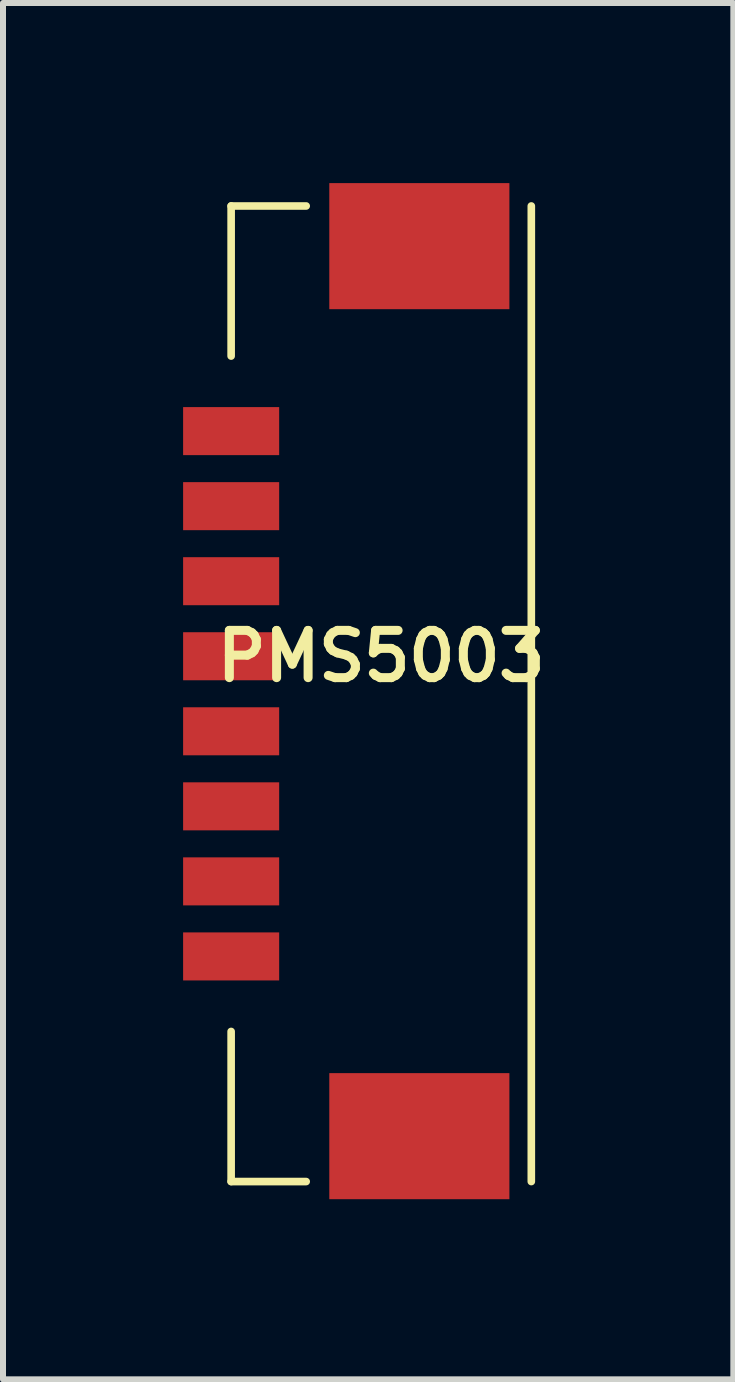
<source format=kicad_pcb>
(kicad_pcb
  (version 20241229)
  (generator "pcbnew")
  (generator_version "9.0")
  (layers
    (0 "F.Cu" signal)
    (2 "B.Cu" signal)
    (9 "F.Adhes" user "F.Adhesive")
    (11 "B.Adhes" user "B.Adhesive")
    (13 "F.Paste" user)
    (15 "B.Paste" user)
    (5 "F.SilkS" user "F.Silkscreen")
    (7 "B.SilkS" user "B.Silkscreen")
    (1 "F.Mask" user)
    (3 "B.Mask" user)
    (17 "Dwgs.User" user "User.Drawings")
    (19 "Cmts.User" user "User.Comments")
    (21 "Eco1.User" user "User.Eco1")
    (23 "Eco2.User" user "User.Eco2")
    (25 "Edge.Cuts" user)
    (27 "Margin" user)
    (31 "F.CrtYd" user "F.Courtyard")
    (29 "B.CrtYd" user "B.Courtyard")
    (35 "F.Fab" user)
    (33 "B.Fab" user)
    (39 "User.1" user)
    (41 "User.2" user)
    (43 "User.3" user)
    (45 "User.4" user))
  (footprint "PMS5003"
    (layer "F.Cu")
    (at 3.3 7.881)
    (property "Reference" "PMS5003" (at 0 0 0) (layer "F.SilkS") (effects (font (size 0.787 0.787) (thickness 0.15))))
    (attr smd)
    (fp_line (start -2.5 -7.5) (end -2.5 -5) (stroke (width 0.127) (type solid)) (layer "F.SilkS"))
    (fp_line (start -2.5 6.25) (end -2.5 8.75) (stroke (width 0.127) (type solid)) (layer "F.SilkS"))
    (fp_line (start -2.5 8.75) (end -1.25 8.75) (stroke (width 0.127) (type solid)) (layer "F.SilkS"))
    (fp_line (start -1.25 -7.5) (end -2.5 -7.5) (stroke (width 0.127) (type solid)) (layer "F.SilkS"))
    (fp_line (start 2.5 -7.5) (end 2.5 8.75) (stroke (width 0.127) (type solid)) (layer "F.SilkS"))
    (pad "P$1" smd rect (at -2.5 5) (size 1.6 0.8) (layers "F.Cu" "F.Mask" "F.Paste"))
    (pad "P$2" smd rect (at -2.5 3.75) (size 1.6 0.8) (layers "F.Cu" "F.Mask" "F.Paste"))
    (pad "P$3" smd rect (at -2.5 2.5) (size 1.6 0.8) (layers "F.Cu" "F.Mask" "F.Paste"))
    (pad "P$4" smd rect (at -2.5 1.25) (size 1.6 0.8) (layers "F.Cu" "F.Mask" "F.Paste"))
    (pad "P$5" smd rect (at -2.5 0) (size 1.6 0.8) (layers "F.Cu" "F.Mask" "F.Paste"))
    (pad "P$6" smd rect (at -2.5 -1.25) (size 1.6 0.8) (layers "F.Cu" "F.Mask" "F.Paste"))
    (pad "P$7" smd rect (at -2.5 -2.5) (size 1.6 0.8) (layers "F.Cu" "F.Mask" "F.Paste"))
    (pad "P$8" smd rect (at -2.5 -3.75) (size 1.6 0.8) (layers "F.Cu" "F.Mask" "F.Paste"))
    (pad "P$9" smd rect (at 0.635 -6.831) (size 3 2.1) (layers "F.Cu" "F.Mask" "F.Paste"))
    (pad "P$10" smd rect (at 0.635 7.994) (size 3 2.1) (layers "F.Cu" "F.Mask" "F.Paste")))
  (gr_rect
    (start -3 -3)
    (end 9.165 19.925)
    (stroke (width 0.1) (type default))
    (fill no)
    (layer "Edge.Cuts")))
</source>
